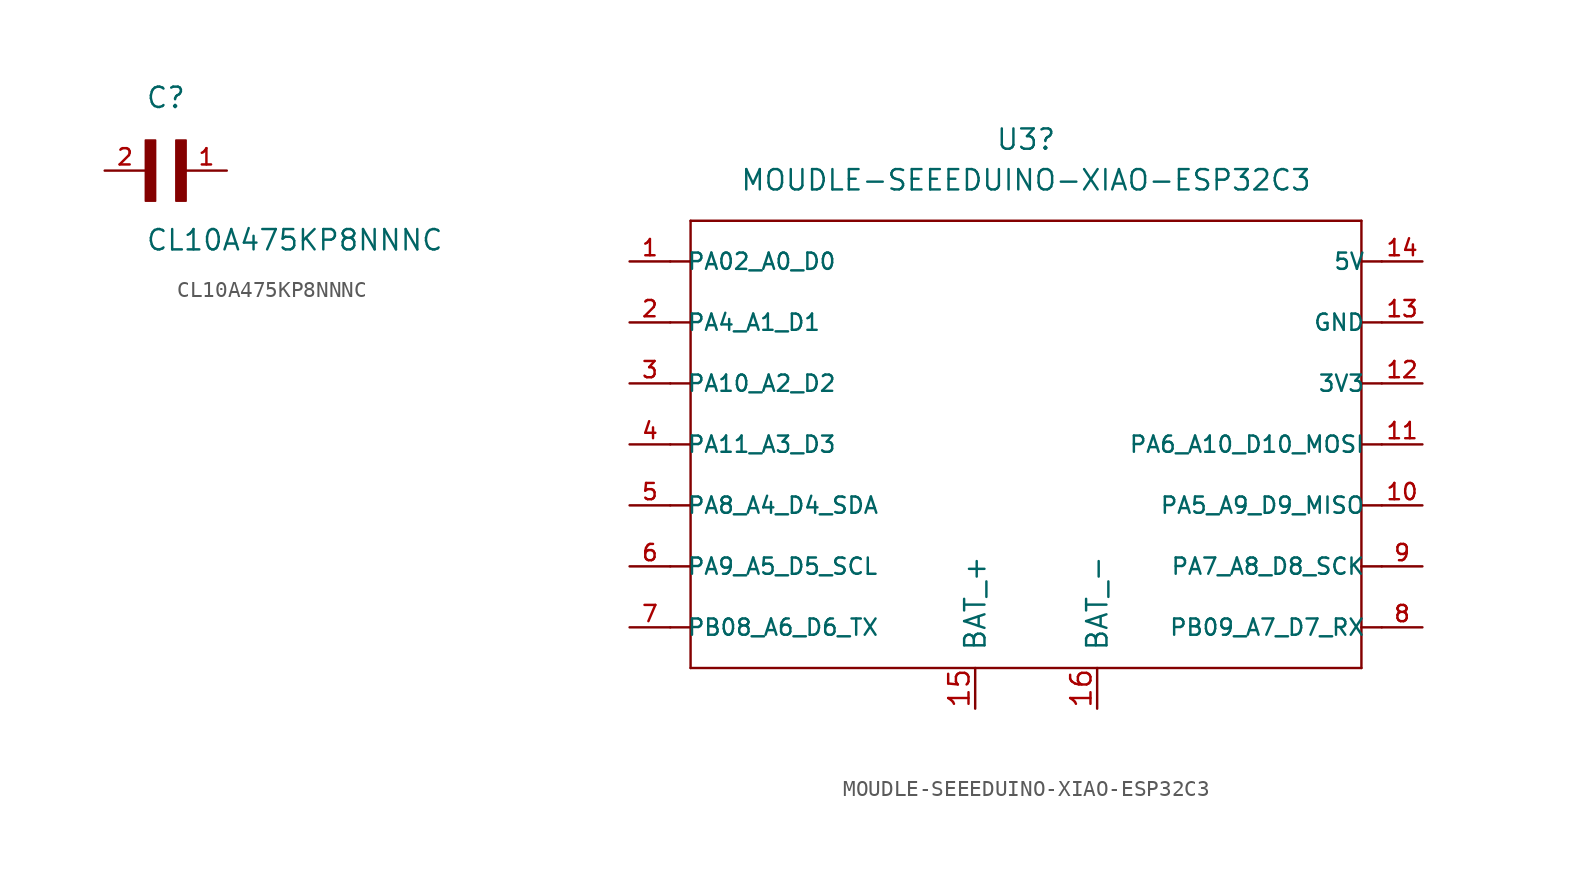
<source format=kicad_sym>
(kicad_symbol_lib
  (version 20231120)
  (generator "kicad_symbol_editor")
  (generator_version "8.0")
  (symbol "CL10A475KP8NNNC"
    (pin_names
      (offset 1.016))
    (property "Reference" "C"
      (at 0 3.81 0)
      (effects (font (size 1.27 1.27)) (justify left bottom)))
    (property "Value" "CL10A475KP8NNNC"
      (at 0 -5.08 0)
      (effects (font (size 1.27 1.27)) (justify left bottom)))
    (symbol "CL10A475KP8NNNC_0_0"
      (rectangle (start 0 -1.905) (end 0.635 1.905) (stroke (width 0.1) (type default)) (fill (type outline)))
      (rectangle (start 1.905 -1.905) (end 2.54 1.905) (stroke (width 0.1) (type default)) (fill (type outline)))
      (pin passive line (at 5.08 0 180) (length 2.54) (name "~" (effects (font (size 1.016 1.016)))) (number "1" (effects (font (size 1.016 1.016)))))
      (pin passive line (at -2.54 0 0) (length 2.54) (name "~" (effects (font (size 1.016 1.016)))) (number "2" (effects (font (size 1.016 1.016)))))))
  (symbol "MOUDLE-SEEEDUINO-XIAO-ESP32C3"
    (pin_names
      (offset 1.016))
    (property "Reference" "U3"
      (at -0.635 19.05 0)
      (effects (font (size 1.27 1.27))))
    (property "Value" "MOUDLE-SEEEDUINO-XIAO-ESP32C3"
      (at -0.635 16.51 0)
      (effects (font (size 1.27 1.27))))
    (symbol "MOUDLE-SEEEDUINO-XIAO-ESP32C3_0_0"
      (polyline (pts (xy -21.59 -13.97) (xy -21.59 0)) (stroke (width 0.152) (type default)) (fill (type none)))
      (polyline (pts (xy -21.59 -11.43) (xy -22.86 -11.43)) (stroke (width 0.152) (type default)) (fill (type none)))
      (polyline (pts (xy -21.59 -7.62) (xy -22.86 -7.62)) (stroke (width 0.152) (type default)) (fill (type none)))
      (polyline (pts (xy -21.59 -3.81) (xy -22.86 -3.81)) (stroke (width 0.152) (type default)) (fill (type none)))
      (polyline (pts (xy -21.59 0) (xy -22.86 0)) (stroke (width 0.152) (type default)) (fill (type none)))
      (polyline (pts (xy -21.59 0) (xy -21.59 3.81)) (stroke (width 0.152) (type default)) (fill (type none)))
      (polyline (pts (xy -21.59 3.81) (xy -22.86 3.81)) (stroke (width 0.152) (type default)) (fill (type none)))
      (polyline (pts (xy -21.59 3.81) (xy -21.59 7.62)) (stroke (width 0.152) (type default)) (fill (type none)))
      (polyline (pts (xy -21.59 7.62) (xy -22.86 7.62)) (stroke (width 0.152) (type default)) (fill (type none)))
      (polyline (pts (xy -21.59 7.62) (xy -21.59 11.43)) (stroke (width 0.152) (type default)) (fill (type none)))
      (polyline (pts (xy -21.59 11.43) (xy -22.86 11.43)) (stroke (width 0.152) (type default)) (fill (type none)))
      (polyline (pts (xy -21.59 11.43) (xy -21.59 13.97)) (stroke (width 0.152) (type default)) (fill (type none)))
      (polyline (pts (xy -21.59 13.97) (xy 20.32 13.97)) (stroke (width 0.152) (type default)) (fill (type none)))
      (polyline (pts (xy 20.32 -13.97) (xy -21.59 -13.97)) (stroke (width 0.152) (type default)) (fill (type none)))
      (polyline (pts (xy 20.32 3.81) (xy 20.32 -13.97)) (stroke (width 0.152) (type default)) (fill (type none)))
      (polyline (pts (xy 20.32 7.62) (xy 20.32 3.81)) (stroke (width 0.152) (type default)) (fill (type none)))
      (polyline (pts (xy 20.32 11.43) (xy 20.32 7.62)) (stroke (width 0.152) (type default)) (fill (type none)))
      (polyline (pts (xy 20.32 13.97) (xy 20.32 11.43)) (stroke (width 0.152) (type default)) (fill (type none)))
      (polyline (pts (xy 21.59 -11.43) (xy 20.32 -11.43)) (stroke (width 0.152) (type default)) (fill (type none)))
      (polyline (pts (xy 21.59 -7.62) (xy 20.32 -7.62)) (stroke (width 0.152) (type default)) (fill (type none)))
      (polyline (pts (xy 21.59 -3.81) (xy 20.32 -3.81)) (stroke (width 0.152) (type default)) (fill (type none)))
      (polyline (pts (xy 21.59 0) (xy 20.32 0)) (stroke (width 0.152) (type default)) (fill (type none)))
      (polyline (pts (xy 21.59 3.81) (xy 20.32 3.81)) (stroke (width 0.152) (type default)) (fill (type none)))
      (polyline (pts (xy 21.59 7.62) (xy 20.32 7.62)) (stroke (width 0.152) (type default)) (fill (type none)))
      (polyline (pts (xy 21.59 11.43) (xy 20.32 11.43)) (stroke (width 0.152) (type default)) (fill (type none)))
      (pin bidirectional line (at -25.4 11.43 0) (length 2.54) (name "PA02_A0_D0" (effects (font (size 1.016 1.016)))) (number "1" (effects (font (size 1.016 1.016)))))
      (pin bidirectional line (at 24.13 -3.81 180) (length 2.54) (name "PA5_A9_D9_MISO" (effects (font (size 1.016 1.016)))) (number "10" (effects (font (size 1.016 1.016)))))
      (pin bidirectional line (at 24.13 0 180) (length 2.54) (name "PA6_A10_D10_MOSI" (effects (font (size 1.016 1.016)))) (number "11" (effects (font (size 1.016 1.016)))))
      (pin bidirectional line (at 24.13 3.81 180) (length 2.54) (name "3V3" (effects (font (size 1.016 1.016)))) (number "12" (effects (font (size 1.016 1.016)))))
      (pin bidirectional line (at 24.13 7.62 180) (length 2.54) (name "GND" (effects (font (size 1.016 1.016)))) (number "13" (effects (font (size 1.016 1.016)))))
      (pin bidirectional line (at 24.13 11.43 180) (length 2.54) (name "5V" (effects (font (size 1.016 1.016)))) (number "14" (effects (font (size 1.016 1.016)))))
      (pin bidirectional line (at -25.4 7.62 0) (length 2.54) (name "PA4_A1_D1" (effects (font (size 1.016 1.016)))) (number "2" (effects (font (size 1.016 1.016)))))
      (pin bidirectional line (at -25.4 3.81 0) (length 2.54) (name "PA10_A2_D2" (effects (font (size 1.016 1.016)))) (number "3" (effects (font (size 1.016 1.016)))))
      (pin bidirectional line (at -25.4 0 0) (length 2.54) (name "PA11_A3_D3" (effects (font (size 1.016 1.016)))) (number "4" (effects (font (size 1.016 1.016)))))
      (pin bidirectional line (at -25.4 -3.81 0) (length 2.54) (name "PA8_A4_D4_SDA" (effects (font (size 1.016 1.016)))) (number "5" (effects (font (size 1.016 1.016)))))
      (pin bidirectional line (at -25.4 -7.62 0) (length 2.54) (name "PA9_A5_D5_SCL" (effects (font (size 1.016 1.016)))) (number "6" (effects (font (size 1.016 1.016)))))
      (pin bidirectional line (at -25.4 -11.43 0) (length 2.54) (name "PB08_A6_D6_TX" (effects (font (size 1.016 1.016)))) (number "7" (effects (font (size 1.016 1.016)))))
      (pin bidirectional line (at 24.13 -11.43 180) (length 2.54) (name "PB09_A7_D7_RX" (effects (font (size 1.016 1.016)))) (number "8" (effects (font (size 1.016 1.016)))))
      (pin bidirectional line (at 24.13 -7.62 180) (length 2.54) (name "PA7_A8_D8_SCK" (effects (font (size 1.016 1.016)))) (number "9" (effects (font (size 1.016 1.016))))))
    (symbol "MOUDLE-SEEEDUINO-XIAO-ESP32C3_1_1"
      (pin power_in line (at -3.81 -16.51 90) (length 2.54) (name "BAT_+" (effects (font (size 1.27 1.27)))) (number "15" (effects (font (size 1.27 1.27)))))
      (pin power_in line (at 3.81 -16.51 90) (length 2.54) (name "BAT_-" (effects (font (size 1.27 1.27)))) (number "16" (effects (font (size 1.27 1.27))))))))
</source>
